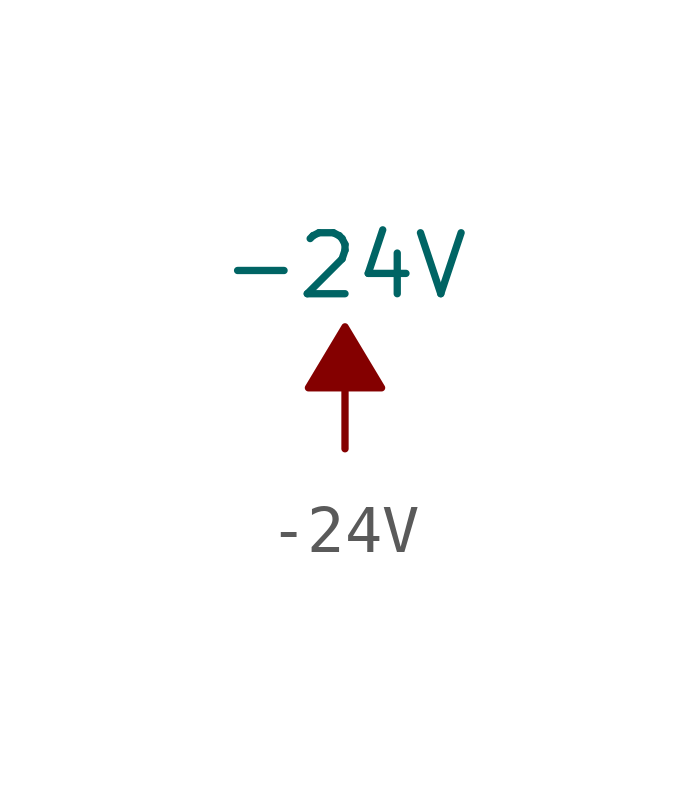
<source format=kicad_sym>
(kicad_symbol_lib
  (version 20211014)
  (generator kicad_symbol_editor)
  (symbol "-24V"
    (power)
    (pin_names
      (offset 0))
    (property "Reference" "#PWR"
      (at 0 2.54 0)
      (effects (font (size 1.27 1.27)) hide))
    (property "Value" "-24V"
      (at 0 3.81 0)
      (effects (font (size 1.27 1.27))))
    (symbol "-24V_0_0"
      (pin power_in line (at 0 0 90) (length 0) hide (name "-24V" (effects (font (size 1.27 1.27)))) (number "1" (effects (font (size 1.27 1.27))))))
    (symbol "-24V_0_1"
      (polyline (pts (xy 0 0) (xy 0 1.27) (xy 0.762 1.27) (xy 0 2.54) (xy -0.762 1.27) (xy 0 1.27)) (stroke (width 0) (type default) (color 0 0 0 0)) (fill (type outline))))))
</source>
